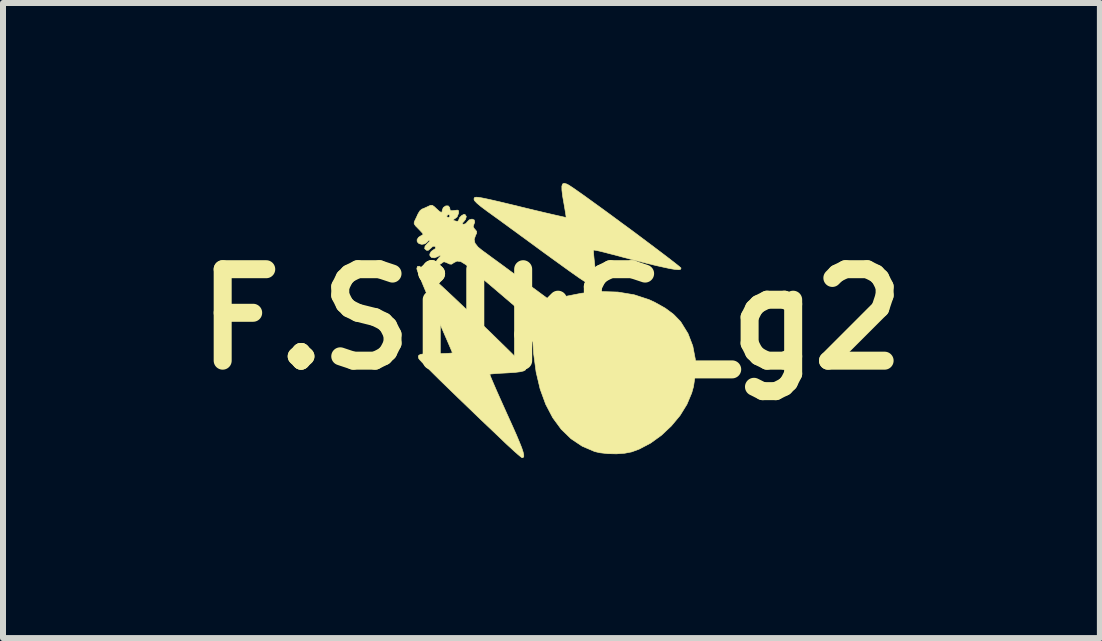
<source format=kicad_pcb>
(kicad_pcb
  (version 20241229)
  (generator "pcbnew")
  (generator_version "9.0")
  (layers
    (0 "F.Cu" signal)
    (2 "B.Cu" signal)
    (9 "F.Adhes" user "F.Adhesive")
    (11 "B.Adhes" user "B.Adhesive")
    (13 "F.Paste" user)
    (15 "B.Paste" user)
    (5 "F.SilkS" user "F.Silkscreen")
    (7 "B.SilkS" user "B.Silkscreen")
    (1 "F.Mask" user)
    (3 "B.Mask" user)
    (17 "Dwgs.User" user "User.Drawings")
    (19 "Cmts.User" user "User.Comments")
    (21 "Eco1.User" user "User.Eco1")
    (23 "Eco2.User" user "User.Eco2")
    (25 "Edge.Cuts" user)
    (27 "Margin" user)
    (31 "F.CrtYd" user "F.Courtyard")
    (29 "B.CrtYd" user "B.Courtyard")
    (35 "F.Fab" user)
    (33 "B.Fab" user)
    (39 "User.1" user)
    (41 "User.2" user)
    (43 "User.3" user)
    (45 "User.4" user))
  (footprint "F.SilkS_g2"
    (layer "F.Cu")
    (at 6.14 2.271)
    (property "Reference" "F.SilkS_g2" (at 0 0 0) (layer "F.SilkS") (effects (font (size 1.524 1.524) (thickness 0.3))))
    (attr through_hole)
    (fp_poly (pts (xy -2.18 -0.87) (xy -2.13 -0.828) (xy -2.057 -0.763) (xy -1.964 -0.678) (xy -1.855 -0.576) (xy -1.731 -0.461) (xy -1.598 -0.336) (xy -1.458 -0.203) (xy -1.315 -0.067) (xy -1.172 0.071) (xy -1.032 0.205) (xy -0.899 0.335) (xy -0.776 0.455) (xy -0.665 0.564) (xy -0.572 0.657) (xy -0.499 0.732) (xy -0.448 0.785) (xy -0.425 0.814) (xy -0.423 0.817) (xy -0.432 0.842) (xy -0.463 0.86) (xy -0.52 0.874) (xy -0.609 0.885) (xy -0.734 0.893) (xy -0.769 0.895) (xy -0.868 0.9) (xy -0.949 0.906) (xy -1.006 0.911) (xy -1.029 0.916) (xy -1.022 0.936) (xy -1 0.991) (xy -0.964 1.075) (xy -0.917 1.184) (xy -0.859 1.314) (xy -0.794 1.459) (xy -0.741 1.577) (xy -0.655 1.767) (xy -0.586 1.922) (xy -0.534 2.046) (xy -0.496 2.141) (xy -0.473 2.211) (xy -0.462 2.259) (xy -0.462 2.289) (xy -0.474 2.304) (xy -0.489 2.307) (xy -0.51 2.293) (xy -0.556 2.255) (xy -0.622 2.197) (xy -0.7 2.125) (xy -0.749 2.08) (xy -0.972 1.867) (xy -1.184 1.666) (xy -1.38 1.477) (xy -1.561 1.303) (xy -1.723 1.146) (xy -1.866 1.007) (xy -1.986 0.888) (xy -2.083 0.791) (xy -2.155 0.718) (xy -2.199 0.671) (xy -2.213 0.651) (xy -2.219 0.62) (xy -2.21 0.599) (xy -2.179 0.584) (xy -2.123 0.576) (xy -2.034 0.572) (xy -1.925 0.572) (xy -1.823 0.571) (xy -1.738 0.568) (xy -1.678 0.564) (xy -1.652 0.559) (xy -1.651 0.558) (xy -1.659 0.537) (xy -1.683 0.481) (xy -1.72 0.395) (xy -1.768 0.284) (xy -1.825 0.153) (xy -1.89 0.006) (xy -1.947 -0.125) (xy -2.017 -0.284) (xy -2.081 -0.432) (xy -2.137 -0.565) (xy -2.183 -0.678) (xy -2.218 -0.765) (xy -2.238 -0.822) (xy -2.244 -0.843) (xy -2.234 -0.88) (xy -2.203 -0.885) (xy -2.18 -0.87)) (stroke (width 0.01) (type solid)) (fill yes) (layer "F.SilkS"))
    (fp_poly (pts (xy 0.25 -2.256) (xy 0.282 -2.24) (xy 0.32 -2.216) (xy 0.387 -2.171) (xy 0.477 -2.108) (xy 0.588 -2.029) (xy 0.715 -1.937) (xy 0.855 -1.836) (xy 1.004 -1.727) (xy 1.158 -1.613) (xy 1.314 -1.499) (xy 1.467 -1.385) (xy 1.614 -1.275) (xy 1.751 -1.172) (xy 1.874 -1.079) (xy 1.98 -0.998) (xy 2.065 -0.932) (xy 2.125 -0.884) (xy 2.156 -0.857) (xy 2.159 -0.853) (xy 2.152 -0.834) (xy 2.125 -0.827) (xy 2.067 -0.831) (xy 2.048 -0.833) (xy 1.98 -0.844) (xy 1.877 -0.866) (xy 1.742 -0.896) (xy 1.581 -0.935) (xy 1.398 -0.981) (xy 1.199 -1.033) (xy 0.988 -1.089) (xy 0.986 -1.089) (xy 0.884 -1.116) (xy 0.798 -1.137) (xy 0.735 -1.15) (xy 0.704 -1.154) (xy 0.702 -1.153) (xy 0.7 -1.129) (xy 0.704 -1.072) (xy 0.712 -0.989) (xy 0.723 -0.888) (xy 0.726 -0.865) (xy 0.738 -0.76) (xy 0.746 -0.671) (xy 0.751 -0.605) (xy 0.75 -0.571) (xy 0.749 -0.568) (xy 0.729 -0.553) (xy 0.694 -0.555) (xy 0.641 -0.578) (xy 0.565 -0.622) (xy 0.462 -0.69) (xy 0.401 -0.733) (xy 0.313 -0.795) (xy 0.199 -0.877) (xy 0.066 -0.973) (xy -0.078 -1.077) (xy -0.226 -1.185) (xy -0.369 -1.29) (xy -0.51 -1.393) (xy -0.651 -1.496) (xy -0.785 -1.594) (xy -0.906 -1.682) (xy -1.007 -1.755) (xy -1.081 -1.808) (xy -1.084 -1.811) (xy -1.174 -1.878) (xy -1.242 -1.935) (xy -1.282 -1.977) (xy -1.29 -1.995) (xy -1.29 -2.011) (xy -1.286 -2.024) (xy -1.275 -2.032) (xy -1.253 -2.035) (xy -1.215 -2.032) (xy -1.159 -2.023) (xy -1.081 -2.007) (xy -0.977 -1.984) (xy -0.843 -1.953) (xy -0.676 -1.913) (xy -0.471 -1.863) (xy -0.458 -1.86) (xy -0.293 -1.82) (xy -0.142 -1.784) (xy -0.009 -1.753) (xy 0.101 -1.728) (xy 0.182 -1.71) (xy 0.231 -1.699) (xy 0.244 -1.698) (xy 0.242 -1.72) (xy 0.234 -1.774) (xy 0.221 -1.852) (xy 0.21 -1.916) (xy 0.186 -2.052) (xy 0.174 -2.152) (xy 0.173 -2.218) (xy 0.185 -2.255) (xy 0.21 -2.266) (xy 0.25 -2.256)) (stroke (width 0.01) (type solid)) (fill yes) (layer "F.SilkS"))
    (fp_poly (pts (xy -1.953 -1.877) (xy -1.92 -1.846) (xy -1.867 -1.798) (xy -1.836 -1.781) (xy -1.823 -1.794) (xy -1.82 -1.82) (xy -1.802 -1.863) (xy -1.761 -1.89) (xy -1.72 -1.89) (xy -1.697 -1.863) (xy -1.693 -1.841) (xy -1.687 -1.816) (xy -1.66 -1.809) (xy -1.618 -1.814) (xy -1.568 -1.82) (xy -1.548 -1.81) (xy -1.548 -1.776) (xy -1.549 -1.766) (xy -1.573 -1.706) (xy -1.605 -1.681) (xy -1.636 -1.661) (xy -1.631 -1.649) (xy -1.619 -1.643) (xy -1.569 -1.631) (xy -1.547 -1.645) (xy -1.545 -1.658) (xy -1.531 -1.694) (xy -1.497 -1.729) (xy -1.461 -1.748) (xy -1.441 -1.747) (xy -1.419 -1.713) (xy -1.432 -1.666) (xy -1.459 -1.631) (xy -1.486 -1.601) (xy -1.482 -1.588) (xy -1.464 -1.583) (xy -1.428 -1.594) (xy -1.407 -1.619) (xy -1.371 -1.657) (xy -1.324 -1.67) (xy -1.287 -1.655) (xy -1.279 -1.619) (xy -1.291 -1.587) (xy -1.305 -1.547) (xy -1.288 -1.513) (xy -1.274 -1.498) (xy -1.247 -1.465) (xy -1.247 -1.435) (xy -1.265 -1.399) (xy -1.288 -1.332) (xy -1.275 -1.269) (xy -1.224 -1.204) (xy -1.159 -1.151) (xy -1.081 -1.094) (xy -0.975 -1.016) (xy -0.847 -0.923) (xy -0.705 -0.818) (xy -0.553 -0.706) (xy -0.399 -0.593) (xy -0.318 -0.532) (xy -0.229 -0.467) (xy -0.151 -0.409) (xy -0.092 -0.366) (xy -0.058 -0.34) (xy -0.053 -0.337) (xy -0.024 -0.335) (xy 0.035 -0.342) (xy 0.116 -0.357) (xy 0.173 -0.37) (xy 0.505 -0.435) (xy 0.816 -0.463) (xy 1.107 -0.454) (xy 1.377 -0.409) (xy 1.625 -0.328) (xy 1.724 -0.282) (xy 1.897 -0.185) (xy 2.034 -0.083) (xy 2.142 0.028) (xy 2.16 0.051) (xy 2.276 0.239) (xy 2.355 0.445) (xy 2.397 0.664) (xy 2.401 0.891) (xy 2.367 1.121) (xy 2.337 1.228) (xy 2.257 1.418) (xy 2.142 1.604) (xy 1.997 1.778) (xy 1.831 1.934) (xy 1.649 2.065) (xy 1.458 2.165) (xy 1.335 2.21) (xy 1.22 2.232) (xy 1.083 2.242) (xy 0.94 2.239) (xy 0.807 2.224) (xy 0.72 2.204) (xy 0.512 2.115) (xy 0.326 1.991) (xy 0.162 1.832) (xy 0.021 1.64) (xy -0.096 1.417) (xy -0.189 1.162) (xy -0.256 0.879) (xy -0.298 0.567) (xy -0.311 0.368) (xy -0.324 0.026) (xy -0.841 -0.416) (xy -0.97 -0.526) (xy -1.093 -0.63) (xy -1.204 -0.724) (xy -1.299 -0.804) (xy -1.372 -0.865) (xy -1.421 -0.905) (xy -1.434 -0.915) (xy -1.511 -0.962) (xy -1.574 -0.97) (xy -1.629 -0.943) (xy -1.632 -0.94) (xy -1.663 -0.919) (xy -1.694 -0.92) (xy -1.734 -0.938) (xy -1.78 -0.957) (xy -1.807 -0.954) (xy -1.822 -0.94) (xy -1.858 -0.916) (xy -1.898 -0.912) (xy -1.923 -0.93) (xy -1.926 -0.942) (xy -1.912 -0.979) (xy -1.884 -1.016) (xy -1.849 -1.055) (xy -1.846 -1.07) (xy -1.875 -1.058) (xy -1.893 -1.046) (xy -1.95 -1.024) (xy -1.997 -1.029) (xy -2.025 -1.058) (xy -2.028 -1.087) (xy -2.005 -1.13) (xy -1.974 -1.153) (xy -1.933 -1.179) (xy -1.933 -1.205) (xy -1.95 -1.219) (xy -1.979 -1.215) (xy -2.011 -1.185) (xy -2.052 -1.15) (xy -2.082 -1.15) (xy -2.113 -1.177) (xy -2.107 -1.218) (xy -2.067 -1.264) (xy -2.064 -1.266) (xy -2.032 -1.298) (xy -2.025 -1.319) (xy -2.026 -1.32) (xy -2.046 -1.315) (xy -2.068 -1.291) (xy -2.109 -1.258) (xy -2.16 -1.249) (xy -2.207 -1.261) (xy -2.237 -1.292) (xy -2.24 -1.325) (xy -2.216 -1.365) (xy -2.185 -1.386) (xy -2.149 -1.406) (xy -2.138 -1.419) (xy -2.152 -1.439) (xy -2.188 -1.478) (xy -2.22 -1.511) (xy -2.267 -1.559) (xy -2.288 -1.592) (xy -2.287 -1.62) (xy -2.275 -1.648) (xy -2.245 -1.711) (xy -2.239 -1.723) (xy -1.746 -1.723) (xy -1.745 -1.712) (xy -1.718 -1.694) (xy -1.696 -1.708) (xy -1.693 -1.724) (xy -1.707 -1.746) (xy -1.725 -1.743) (xy -1.746 -1.723) (xy -2.239 -1.723) (xy -2.22 -1.765) (xy -2.19 -1.811) (xy -2.159 -1.836) (xy -2.119 -1.852) (xy -2.064 -1.877) (xy -2.059 -1.88) (xy -2.016 -1.899) (xy -1.986 -1.9) (xy -1.953 -1.877)) (stroke (width 0.01) (type solid)) (fill yes) (layer "F.SilkS")))
  (gr_rect
    (start -3 -3)
    (end 15.279 7.583)
    (stroke (width 0.1) (type default))
    (fill no)
    (layer "Edge.Cuts")))
</source>
